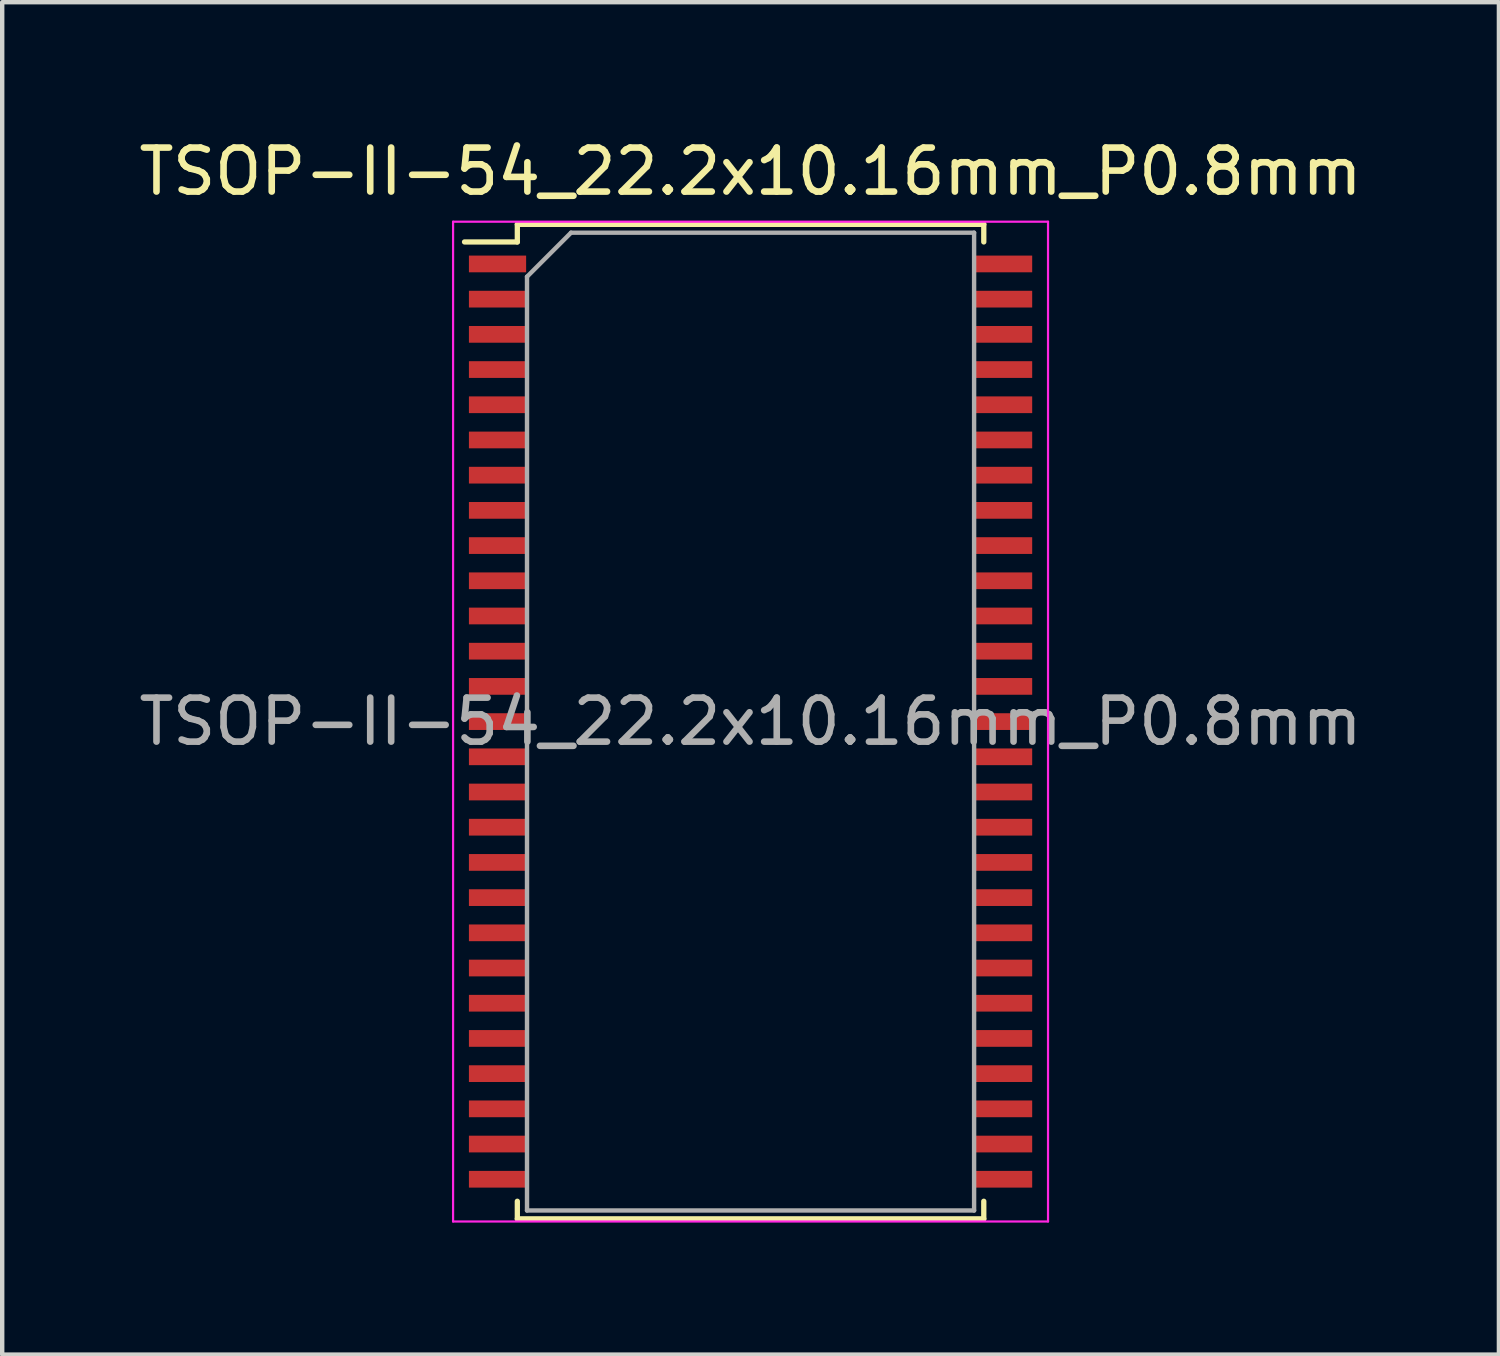
<source format=kicad_pcb>
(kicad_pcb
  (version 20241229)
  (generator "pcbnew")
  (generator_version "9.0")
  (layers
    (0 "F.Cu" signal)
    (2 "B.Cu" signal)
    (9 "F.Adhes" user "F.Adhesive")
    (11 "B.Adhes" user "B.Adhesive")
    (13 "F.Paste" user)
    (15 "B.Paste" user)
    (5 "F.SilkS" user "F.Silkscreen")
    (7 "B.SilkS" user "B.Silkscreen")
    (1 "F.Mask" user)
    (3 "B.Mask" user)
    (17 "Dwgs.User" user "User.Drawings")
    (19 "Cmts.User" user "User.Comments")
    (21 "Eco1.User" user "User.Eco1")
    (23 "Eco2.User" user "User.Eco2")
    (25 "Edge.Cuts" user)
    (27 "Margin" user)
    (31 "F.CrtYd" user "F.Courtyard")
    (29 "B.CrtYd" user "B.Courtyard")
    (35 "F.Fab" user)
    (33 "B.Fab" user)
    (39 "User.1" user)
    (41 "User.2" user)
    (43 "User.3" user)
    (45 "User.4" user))
  (footprint "TSOP-II-54_22.2x10.16mm_P0.8mm"
    (layer "F.Cu")
    (at 14.006 13.348)
    (property "Reference" "TSOP-II-54_22.2x10.16mm_P0.8mm" (at 0 -12.5 0) (layer "F.SilkS") (effects (font (size 1 1) (thickness 0.15))))
    (attr smd)
    (fp_line (start -6.5 -10.9) (end -5.3 -10.9) (stroke (width 0.12) (type solid)) (layer "F.SilkS"))
    (fp_line (start -5.3 -11.3) (end 5.3 -11.3) (stroke (width 0.12) (type solid)) (layer "F.SilkS"))
    (fp_line (start -5.3 -10.9) (end -5.3 -11.3) (stroke (width 0.12) (type solid)) (layer "F.SilkS"))
    (fp_line (start -5.3 10.9) (end -5.3 11.3) (stroke (width 0.12) (type solid)) (layer "F.SilkS"))
    (fp_line (start -5.3 11.3) (end 5.3 11.3) (stroke (width 0.12) (type solid)) (layer "F.SilkS"))
    (fp_line (start 5.3 -11.3) (end 5.3 -10.9) (stroke (width 0.12) (type solid)) (layer "F.SilkS"))
    (fp_line (start 5.3 10.9) (end 5.3 11.3) (stroke (width 0.12) (type solid)) (layer "F.SilkS"))
    (fp_line (start -6.76 -11.36) (end -6.76 11.36) (stroke (width 0.05) (type solid)) (layer "F.CrtYd"))
    (fp_line (start -6.76 -11.36) (end 6.76 -11.36) (stroke (width 0.05) (type solid)) (layer "F.CrtYd"))
    (fp_line (start 6.76 -11.36) (end 6.76 11.36) (stroke (width 0.05) (type solid)) (layer "F.CrtYd"))
    (fp_line (start 6.76 11.36) (end -6.76 11.36) (stroke (width 0.05) (type solid)) (layer "F.CrtYd"))
    (fp_line (start -5.08 11.11) (end -5.08 -10.11) (stroke (width 0.1) (type solid)) (layer "F.Fab"))
    (fp_line (start -4.08 -11.11) (end -5.08 -10.11) (stroke (width 0.1) (type solid)) (layer "F.Fab"))
    (fp_line (start -4.08 -11.11) (end 5.08 -11.11) (stroke (width 0.1) (type solid)) (layer "F.Fab"))
    (fp_line (start 5.08 -11.11) (end 5.08 11.11) (stroke (width 0.1) (type solid)) (layer "F.Fab"))
    (fp_line (start 5.08 11.11) (end -5.08 11.11) (stroke (width 0.1) (type solid)) (layer "F.Fab"))
    (fp_text user "${REFERENCE}" (at 0 0 0) (layer "F.Fab") (effects (font (size 1 1) (thickness 0.15))))
    (pad "1" smd rect (at -5.75 -10.4) (size 1.3 0.38) (layers "F.Cu" "F.Mask" "F.Paste"))
    (pad "2" smd rect (at -5.75 -9.6) (size 1.3 0.38) (layers "F.Cu" "F.Mask" "F.Paste"))
    (pad "3" smd rect (at -5.75 -8.8) (size 1.3 0.38) (layers "F.Cu" "F.Mask" "F.Paste"))
    (pad "4" smd rect (at -5.75 -8) (size 1.3 0.38) (layers "F.Cu" "F.Mask" "F.Paste"))
    (pad "5" smd rect (at -5.75 -7.2) (size 1.3 0.38) (layers "F.Cu" "F.Mask" "F.Paste"))
    (pad "6" smd rect (at -5.75 -6.4) (size 1.3 0.38) (layers "F.Cu" "F.Mask" "F.Paste"))
    (pad "7" smd rect (at -5.75 -5.6) (size 1.3 0.38) (layers "F.Cu" "F.Mask" "F.Paste"))
    (pad "8" smd rect (at -5.75 -4.8) (size 1.3 0.38) (layers "F.Cu" "F.Mask" "F.Paste"))
    (pad "9" smd rect (at -5.75 -4) (size 1.3 0.38) (layers "F.Cu" "F.Mask" "F.Paste"))
    (pad "10" smd rect (at -5.75 -3.2) (size 1.3 0.38) (layers "F.Cu" "F.Mask" "F.Paste"))
    (pad "11" smd rect (at -5.75 -2.4) (size 1.3 0.38) (layers "F.Cu" "F.Mask" "F.Paste"))
    (pad "12" smd rect (at -5.75 -1.6) (size 1.3 0.38) (layers "F.Cu" "F.Mask" "F.Paste"))
    (pad "13" smd rect (at -5.75 -0.8) (size 1.3 0.38) (layers "F.Cu" "F.Mask" "F.Paste"))
    (pad "14" smd rect (at -5.75 0) (size 1.3 0.38) (layers "F.Cu" "F.Mask" "F.Paste"))
    (pad "15" smd rect (at -5.75 0.8) (size 1.3 0.38) (layers "F.Cu" "F.Mask" "F.Paste"))
    (pad "16" smd rect (at -5.75 1.6) (size 1.3 0.38) (layers "F.Cu" "F.Mask" "F.Paste"))
    (pad "17" smd rect (at -5.75 2.4) (size 1.3 0.38) (layers "F.Cu" "F.Mask" "F.Paste"))
    (pad "18" smd rect (at -5.75 3.2) (size 1.3 0.38) (layers "F.Cu" "F.Mask" "F.Paste"))
    (pad "19" smd rect (at -5.75 4) (size 1.3 0.38) (layers "F.Cu" "F.Mask" "F.Paste"))
    (pad "20" smd rect (at -5.75 4.8) (size 1.3 0.38) (layers "F.Cu" "F.Mask" "F.Paste"))
    (pad "21" smd rect (at -5.75 5.6) (size 1.3 0.38) (layers "F.Cu" "F.Mask" "F.Paste"))
    (pad "22" smd rect (at -5.75 6.4) (size 1.3 0.38) (layers "F.Cu" "F.Mask" "F.Paste"))
    (pad "23" smd rect (at -5.75 7.2) (size 1.3 0.38) (layers "F.Cu" "F.Mask" "F.Paste"))
    (pad "24" smd rect (at -5.75 8) (size 1.3 0.38) (layers "F.Cu" "F.Mask" "F.Paste"))
    (pad "25" smd rect (at -5.75 8.8) (size 1.3 0.38) (layers "F.Cu" "F.Mask" "F.Paste"))
    (pad "26" smd rect (at -5.75 9.6) (size 1.3 0.38) (layers "F.Cu" "F.Mask" "F.Paste"))
    (pad "27" smd rect (at -5.75 10.4) (size 1.3 0.38) (layers "F.Cu" "F.Mask" "F.Paste"))
    (pad "28" smd rect (at 5.75 10.4) (size 1.3 0.38) (layers "F.Cu" "F.Mask" "F.Paste"))
    (pad "29" smd rect (at 5.75 9.6) (size 1.3 0.38) (layers "F.Cu" "F.Mask" "F.Paste"))
    (pad "30" smd rect (at 5.75 8.8) (size 1.3 0.38) (layers "F.Cu" "F.Mask" "F.Paste"))
    (pad "31" smd rect (at 5.75 8) (size 1.3 0.38) (layers "F.Cu" "F.Mask" "F.Paste"))
    (pad "32" smd rect (at 5.75 7.2) (size 1.3 0.38) (layers "F.Cu" "F.Mask" "F.Paste"))
    (pad "33" smd rect (at 5.75 6.4) (size 1.3 0.38) (layers "F.Cu" "F.Mask" "F.Paste"))
    (pad "34" smd rect (at 5.75 5.6) (size 1.3 0.38) (layers "F.Cu" "F.Mask" "F.Paste"))
    (pad "35" smd rect (at 5.75 4.8) (size 1.3 0.38) (layers "F.Cu" "F.Mask" "F.Paste"))
    (pad "36" smd rect (at 5.75 4) (size 1.3 0.38) (layers "F.Cu" "F.Mask" "F.Paste"))
    (pad "37" smd rect (at 5.75 3.2) (size 1.3 0.38) (layers "F.Cu" "F.Mask" "F.Paste"))
    (pad "38" smd rect (at 5.75 2.4) (size 1.3 0.38) (layers "F.Cu" "F.Mask" "F.Paste"))
    (pad "39" smd rect (at 5.75 1.6) (size 1.3 0.38) (layers "F.Cu" "F.Mask" "F.Paste"))
    (pad "40" smd rect (at 5.75 0.8) (size 1.3 0.38) (layers "F.Cu" "F.Mask" "F.Paste"))
    (pad "41" smd rect (at 5.75 0) (size 1.3 0.38) (layers "F.Cu" "F.Mask" "F.Paste"))
    (pad "42" smd rect (at 5.75 -0.8) (size 1.3 0.38) (layers "F.Cu" "F.Mask" "F.Paste"))
    (pad "43" smd rect (at 5.75 -1.6) (size 1.3 0.38) (layers "F.Cu" "F.Mask" "F.Paste"))
    (pad "44" smd rect (at 5.75 -2.4) (size 1.3 0.38) (layers "F.Cu" "F.Mask" "F.Paste"))
    (pad "45" smd rect (at 5.75 -3.2) (size 1.3 0.38) (layers "F.Cu" "F.Mask" "F.Paste"))
    (pad "46" smd rect (at 5.75 -4) (size 1.3 0.38) (layers "F.Cu" "F.Mask" "F.Paste"))
    (pad "47" smd rect (at 5.75 -4.8) (size 1.3 0.38) (layers "F.Cu" "F.Mask" "F.Paste"))
    (pad "48" smd rect (at 5.75 -5.6) (size 1.3 0.38) (layers "F.Cu" "F.Mask" "F.Paste"))
    (pad "49" smd rect (at 5.75 -6.4) (size 1.3 0.38) (layers "F.Cu" "F.Mask" "F.Paste"))
    (pad "50" smd rect (at 5.75 -7.2) (size 1.3 0.38) (layers "F.Cu" "F.Mask" "F.Paste"))
    (pad "51" smd rect (at 5.75 -8) (size 1.3 0.38) (layers "F.Cu" "F.Mask" "F.Paste"))
    (pad "52" smd rect (at 5.75 -8.8) (size 1.3 0.38) (layers "F.Cu" "F.Mask" "F.Paste"))
    (pad "53" smd rect (at 5.75 -9.6) (size 1.3 0.38) (layers "F.Cu" "F.Mask" "F.Paste"))
    (pad "54" smd rect (at 5.75 -10.4) (size 1.3 0.38) (layers "F.Cu" "F.Mask" "F.Paste")))
  (gr_rect
    (start -3 -3)
    (end 31.012 27.733)
    (stroke (width 0.1) (type default))
    (fill no)
    (layer "Edge.Cuts")))
</source>
